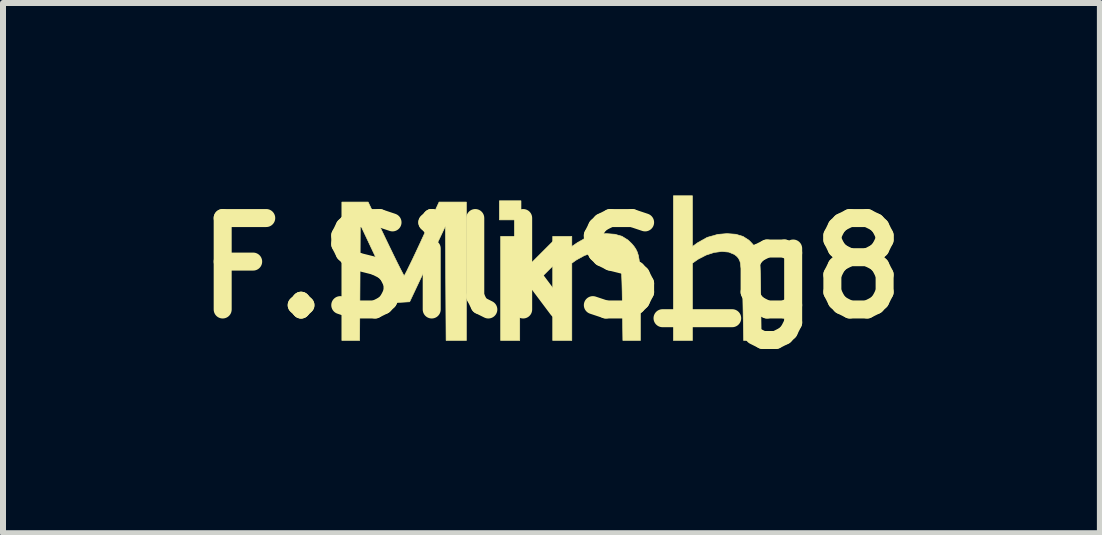
<source format=kicad_pcb>
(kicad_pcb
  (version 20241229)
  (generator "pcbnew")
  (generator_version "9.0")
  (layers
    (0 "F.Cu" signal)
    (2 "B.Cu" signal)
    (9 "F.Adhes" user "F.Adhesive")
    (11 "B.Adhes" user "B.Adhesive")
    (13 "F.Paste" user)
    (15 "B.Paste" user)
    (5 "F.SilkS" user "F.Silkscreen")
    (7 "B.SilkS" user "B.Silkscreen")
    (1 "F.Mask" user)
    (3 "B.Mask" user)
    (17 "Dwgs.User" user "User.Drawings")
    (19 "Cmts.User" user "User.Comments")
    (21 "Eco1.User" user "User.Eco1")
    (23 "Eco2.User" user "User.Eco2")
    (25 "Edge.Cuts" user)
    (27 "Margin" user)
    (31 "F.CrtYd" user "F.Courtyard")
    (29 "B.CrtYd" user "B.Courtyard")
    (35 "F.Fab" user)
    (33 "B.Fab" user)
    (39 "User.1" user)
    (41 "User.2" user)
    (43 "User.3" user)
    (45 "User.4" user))
  (footprint "F.SilkS_g8"
    (layer "F.Cu")
    (at 6.14 1.418)
    (property "Reference" "F.SilkS_g8" (at 0 0 0) (layer "F.SilkS") (effects (font (size 1.524 1.524) (thickness 0.3))))
    (attr through_hole)
    (fp_poly (pts (xy -0.529 1.206) (xy -0.847 1.206) (xy -0.847 -0.529) (xy -0.529 -0.529) (xy -0.529 1.206)) (stroke (width 0.01) (type solid)) (fill yes) (layer "F.SilkS"))
    (fp_poly (pts (xy -0.508 -0.804) (xy -0.868 -0.804) (xy -0.868 -1.122) (xy -0.508 -1.122) (xy -0.508 -0.804)) (stroke (width 0.01) (type solid)) (fill yes) (layer "F.SilkS"))
    (fp_poly (pts (xy -2.762 -0.487) (xy -2.69 -0.338) (xy -2.624 -0.202) (xy -2.566 -0.084) (xy -2.517 0.013) (xy -2.481 0.082) (xy -2.46 0.121) (xy -2.455 0.127) (xy -2.443 0.109) (xy -2.415 0.056) (xy -2.375 -0.026) (xy -2.323 -0.132) (xy -2.263 -0.259) (xy -2.196 -0.402) (xy -2.157 -0.487) (xy -1.873 -1.101) (xy -1.646 -1.101) (xy -1.418 -1.101) (xy -1.418 1.206) (xy -1.756 1.206) (xy -1.762 0.253) (xy -1.767 -0.701) (xy -2.363 0.561) (xy -2.469 0.567) (xy -2.575 0.573) (xy -2.88 -0.076) (xy -3.186 -0.725) (xy -3.191 0.241) (xy -3.197 1.206) (xy -3.493 1.206) (xy -3.493 -1.101) (xy -3.055 -1.101) (xy -2.762 -0.487)) (stroke (width 0.01) (type solid)) (fill yes) (layer "F.SilkS"))
    (fp_poly (pts (xy 1.058 -0.564) (xy 1.175 -0.53) (xy 1.274 -0.468) (xy 1.338 -0.407) (xy 1.375 -0.363) (xy 1.405 -0.319) (xy 1.429 -0.27) (xy 1.448 -0.211) (xy 1.461 -0.138) (xy 1.471 -0.045) (xy 1.477 0.072) (xy 1.48 0.218) (xy 1.481 0.398) (xy 1.482 0.554) (xy 1.482 1.206) (xy 1.19 1.206) (xy 1.181 0.587) (xy 1.178 0.39) (xy 1.174 0.231) (xy 1.169 0.105) (xy 1.16 0.007) (xy 1.149 -0.068) (xy 1.133 -0.123) (xy 1.113 -0.163) (xy 1.086 -0.194) (xy 1.053 -0.22) (xy 1.033 -0.232) (xy 0.935 -0.269) (xy 0.815 -0.277) (xy 0.684 -0.257) (xy 0.549 -0.21) (xy 0.42 -0.139) (xy 0.4 -0.126) (xy 0.339 -0.082) (xy 0.339 1.206) (xy 0.021 1.206) (xy 0.021 -0.529) (xy 0.339 -0.529) (xy 0.339 -0.361) (xy 0.436 -0.427) (xy 0.586 -0.511) (xy 0.737 -0.559) (xy 0.904 -0.575) (xy 0.913 -0.575) (xy 1.058 -0.564)) (stroke (width 0.01) (type solid)) (fill yes) (layer "F.SilkS"))
    (fp_poly (pts (xy 2.349 -0.36) (xy 2.436 -0.423) (xy 2.595 -0.512) (xy 2.771 -0.562) (xy 2.925 -0.575) (xy 3.073 -0.564) (xy 3.192 -0.528) (xy 3.29 -0.465) (xy 3.339 -0.415) (xy 3.376 -0.373) (xy 3.406 -0.334) (xy 3.429 -0.294) (xy 3.447 -0.248) (xy 3.461 -0.19) (xy 3.471 -0.117) (xy 3.477 -0.023) (xy 3.482 0.096) (xy 3.485 0.247) (xy 3.487 0.432) (xy 3.488 0.513) (xy 3.495 1.206) (xy 3.202 1.206) (xy 3.191 0.598) (xy 3.187 0.4) (xy 3.182 0.239) (xy 3.175 0.112) (xy 3.167 0.013) (xy 3.155 -0.062) (xy 3.139 -0.118) (xy 3.119 -0.16) (xy 3.093 -0.192) (xy 3.06 -0.219) (xy 3.048 -0.228) (xy 2.955 -0.267) (xy 2.84 -0.278) (xy 2.711 -0.261) (xy 2.578 -0.218) (xy 2.448 -0.151) (xy 2.411 -0.126) (xy 2.349 -0.082) (xy 2.349 1.206) (xy 2.032 1.206) (xy 2.032 -1.206) (xy 2.349 -1.206) (xy 2.349 -0.36)) (stroke (width 0.01) (type solid)) (fill yes) (layer "F.SilkS")))
  (gr_rect
    (start -3 -3)
    (end 15.279 5.836)
    (stroke (width 0.1) (type default))
    (fill no)
    (layer "Edge.Cuts")))
</source>
